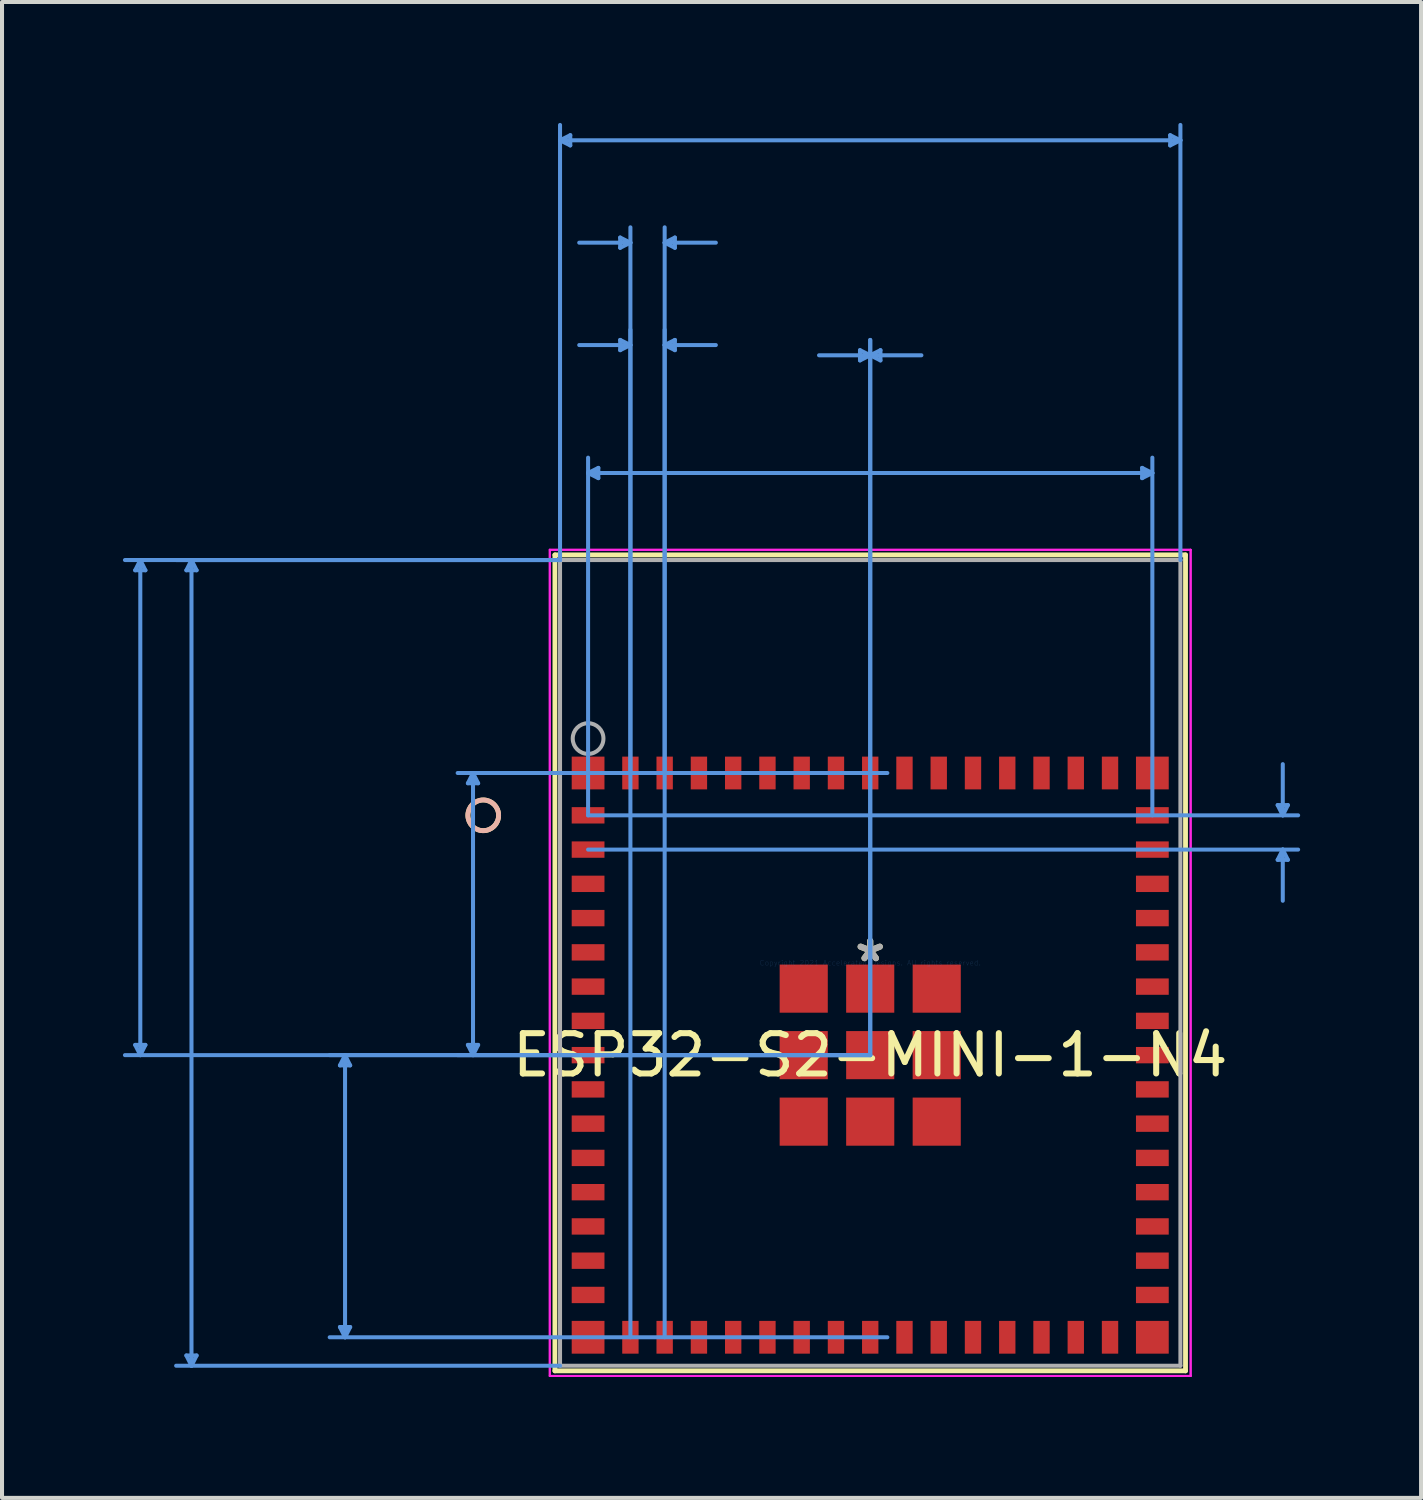
<source format=kicad_pcb>
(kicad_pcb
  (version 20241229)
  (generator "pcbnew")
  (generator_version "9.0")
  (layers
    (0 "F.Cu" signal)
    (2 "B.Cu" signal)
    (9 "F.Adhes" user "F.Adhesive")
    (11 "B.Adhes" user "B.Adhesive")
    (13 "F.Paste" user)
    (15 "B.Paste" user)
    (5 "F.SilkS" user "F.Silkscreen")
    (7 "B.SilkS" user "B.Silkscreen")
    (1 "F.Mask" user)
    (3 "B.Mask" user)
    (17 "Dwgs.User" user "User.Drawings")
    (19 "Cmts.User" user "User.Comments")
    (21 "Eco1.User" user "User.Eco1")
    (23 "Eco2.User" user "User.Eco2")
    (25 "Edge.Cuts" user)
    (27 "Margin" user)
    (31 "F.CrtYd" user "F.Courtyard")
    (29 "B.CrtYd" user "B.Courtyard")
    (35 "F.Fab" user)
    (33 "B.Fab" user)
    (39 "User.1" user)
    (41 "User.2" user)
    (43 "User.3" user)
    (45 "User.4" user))
  (footprint "ESP32-S2-MINI-1-N4"
    (layer "F.Cu")
    (at 18.541 20.84)
    (property "Reference" "ESP32-S2-MINI-1-N4" (at 0 2.289 0) (layer "F.SilkS") (effects (font (size 1 1) (thickness 0.15))))
    (attr through_hole)
    (fp_line (start -7.823 -10.122) (end -7.823 10.122) (stroke (width 0.12) (type solid)) (layer "F.SilkS"))
    (fp_line (start -7.823 10.122) (end 7.823 10.122) (stroke (width 0.12) (type solid)) (layer "F.SilkS"))
    (fp_line (start 7.823 -10.122) (end -7.823 -10.122) (stroke (width 0.12) (type solid)) (layer "F.SilkS"))
    (fp_line (start 7.823 10.122) (end 7.823 -10.122) (stroke (width 0.12) (type solid)) (layer "F.SilkS"))
    (fp_circle (center -9.601 -3.661) (end -9.22 -3.661) (stroke (width 0.12) (type solid)) (fill no) (layer "F.SilkS"))
    (fp_circle (center -9.601 -3.661) (end -9.22 -3.661) (stroke (width 0.12) (type solid)) (fill no) (layer "B.SilkS"))
    (fp_line (start -18.237 -9.741) (end -17.983 -9.741) (stroke (width 0.1) (type solid)) (layer "Cmts.User"))
    (fp_line (start -18.237 2.035) (end -17.983 2.035) (stroke (width 0.1) (type solid)) (layer "Cmts.User"))
    (fp_line (start -18.11 -9.995) (end -18.237 -9.741) (stroke (width 0.1) (type solid)) (layer "Cmts.User"))
    (fp_line (start -18.11 -9.995) (end -18.11 2.289) (stroke (width 0.1) (type solid)) (layer "Cmts.User"))
    (fp_line (start -18.11 -9.995) (end -17.983 -9.741) (stroke (width 0.1) (type solid)) (layer "Cmts.User"))
    (fp_line (start -18.11 2.289) (end -18.237 2.035) (stroke (width 0.1) (type solid)) (layer "Cmts.User"))
    (fp_line (start -18.11 2.289) (end -17.983 2.035) (stroke (width 0.1) (type solid)) (layer "Cmts.User"))
    (fp_line (start -16.967 -9.741) (end -16.713 -9.741) (stroke (width 0.1) (type solid)) (layer "Cmts.User"))
    (fp_line (start -16.967 9.741) (end -16.713 9.741) (stroke (width 0.1) (type solid)) (layer "Cmts.User"))
    (fp_line (start -16.84 -9.995) (end -16.967 -9.741) (stroke (width 0.1) (type solid)) (layer "Cmts.User"))
    (fp_line (start -16.84 -9.995) (end -16.84 9.995) (stroke (width 0.1) (type solid)) (layer "Cmts.User"))
    (fp_line (start -16.84 -9.995) (end -16.713 -9.741) (stroke (width 0.1) (type solid)) (layer "Cmts.User"))
    (fp_line (start -16.84 9.995) (end -16.967 9.741) (stroke (width 0.1) (type solid)) (layer "Cmts.User"))
    (fp_line (start -16.84 9.995) (end -16.713 9.741) (stroke (width 0.1) (type solid)) (layer "Cmts.User"))
    (fp_line (start -13.157 2.543) (end -12.903 2.543) (stroke (width 0.1) (type solid)) (layer "Cmts.User"))
    (fp_line (start -13.157 9.035) (end -12.903 9.035) (stroke (width 0.1) (type solid)) (layer "Cmts.User"))
    (fp_line (start -13.03 2.289) (end -13.157 2.543) (stroke (width 0.1) (type solid)) (layer "Cmts.User"))
    (fp_line (start -13.03 2.289) (end -13.03 9.289) (stroke (width 0.1) (type solid)) (layer "Cmts.User"))
    (fp_line (start -13.03 2.289) (end -12.903 2.543) (stroke (width 0.1) (type solid)) (layer "Cmts.User"))
    (fp_line (start -13.03 9.289) (end -13.157 9.035) (stroke (width 0.1) (type solid)) (layer "Cmts.User"))
    (fp_line (start -13.03 9.289) (end -12.903 9.035) (stroke (width 0.1) (type solid)) (layer "Cmts.User"))
    (fp_line (start -9.982 -4.457) (end -9.728 -4.457) (stroke (width 0.1) (type solid)) (layer "Cmts.User"))
    (fp_line (start -9.982 2.035) (end -9.728 2.035) (stroke (width 0.1) (type solid)) (layer "Cmts.User"))
    (fp_line (start -9.855 -4.711) (end -9.982 -4.457) (stroke (width 0.1) (type solid)) (layer "Cmts.User"))
    (fp_line (start -9.855 -4.711) (end -9.855 2.289) (stroke (width 0.1) (type solid)) (layer "Cmts.User"))
    (fp_line (start -9.855 -4.711) (end -9.728 -4.457) (stroke (width 0.1) (type solid)) (layer "Cmts.User"))
    (fp_line (start -9.855 2.289) (end -9.982 2.035) (stroke (width 0.1) (type solid)) (layer "Cmts.User"))
    (fp_line (start -9.855 2.289) (end -9.728 2.035) (stroke (width 0.1) (type solid)) (layer "Cmts.User"))
    (fp_line (start -7.696 -20.409) (end -7.442 -20.536) (stroke (width 0.1) (type solid)) (layer "Cmts.User"))
    (fp_line (start -7.696 -20.409) (end -7.442 -20.282) (stroke (width 0.1) (type solid)) (layer "Cmts.User"))
    (fp_line (start -7.696 -20.409) (end 7.696 -20.409) (stroke (width 0.1) (type solid)) (layer "Cmts.User"))
    (fp_line (start -7.696 -9.995) (end -18.491 -9.995) (stroke (width 0.1) (type solid)) (layer "Cmts.User"))
    (fp_line (start -7.696 -9.995) (end -17.221 -9.995) (stroke (width 0.1) (type solid)) (layer "Cmts.User"))
    (fp_line (start -7.696 -9.995) (end -7.696 -20.79) (stroke (width 0.1) (type solid)) (layer "Cmts.User"))
    (fp_line (start -7.696 9.995) (end -17.221 9.995) (stroke (width 0.1) (type solid)) (layer "Cmts.User"))
    (fp_line (start -7.442 -20.536) (end -7.442 -20.282) (stroke (width 0.1) (type solid)) (layer "Cmts.User"))
    (fp_line (start -7 -12.154) (end -6.746 -12.281) (stroke (width 0.1) (type solid)) (layer "Cmts.User"))
    (fp_line (start -7 -12.154) (end -6.746 -12.027) (stroke (width 0.1) (type solid)) (layer "Cmts.User"))
    (fp_line (start -7 -12.154) (end 7 -12.154) (stroke (width 0.1) (type solid)) (layer "Cmts.User"))
    (fp_line (start -7 -3.661) (end -7 -12.535) (stroke (width 0.1) (type solid)) (layer "Cmts.User"))
    (fp_line (start -7 -3.661) (end 10.617 -3.661) (stroke (width 0.1) (type solid)) (layer "Cmts.User"))
    (fp_line (start -7 -2.811) (end 10.617 -2.811) (stroke (width 0.1) (type solid)) (layer "Cmts.User"))
    (fp_line (start -6.746 -12.281) (end -6.746 -12.027) (stroke (width 0.1) (type solid)) (layer "Cmts.User"))
    (fp_line (start -6.204 -17.996) (end -6.204 -17.742) (stroke (width 0.1) (type solid)) (layer "Cmts.User"))
    (fp_line (start -6.204 -15.456) (end -6.204 -15.202) (stroke (width 0.1) (type solid)) (layer "Cmts.User"))
    (fp_line (start -5.95 -17.869) (end -7.22 -17.869) (stroke (width 0.1) (type solid)) (layer "Cmts.User"))
    (fp_line (start -5.95 -17.869) (end -6.204 -17.996) (stroke (width 0.1) (type solid)) (layer "Cmts.User"))
    (fp_line (start -5.95 -17.869) (end -6.204 -17.742) (stroke (width 0.1) (type solid)) (layer "Cmts.User"))
    (fp_line (start -5.95 -15.329) (end -7.22 -15.329) (stroke (width 0.1) (type solid)) (layer "Cmts.User"))
    (fp_line (start -5.95 -15.329) (end -6.204 -15.456) (stroke (width 0.1) (type solid)) (layer "Cmts.User"))
    (fp_line (start -5.95 -15.329) (end -6.204 -15.202) (stroke (width 0.1) (type solid)) (layer "Cmts.User"))
    (fp_line (start -5.95 -4.711) (end -5.95 -18.25) (stroke (width 0.1) (type solid)) (layer "Cmts.User"))
    (fp_line (start -5.95 9.289) (end -5.95 -15.71) (stroke (width 0.1) (type solid)) (layer "Cmts.User"))
    (fp_line (start -5.1 -17.869) (end -4.846 -17.996) (stroke (width 0.1) (type solid)) (layer "Cmts.User"))
    (fp_line (start -5.1 -17.869) (end -4.846 -17.742) (stroke (width 0.1) (type solid)) (layer "Cmts.User"))
    (fp_line (start -5.1 -17.869) (end -3.83 -17.869) (stroke (width 0.1) (type solid)) (layer "Cmts.User"))
    (fp_line (start -5.1 -15.329) (end -4.846 -15.456) (stroke (width 0.1) (type solid)) (layer "Cmts.User"))
    (fp_line (start -5.1 -15.329) (end -4.846 -15.202) (stroke (width 0.1) (type solid)) (layer "Cmts.User"))
    (fp_line (start -5.1 -15.329) (end -3.83 -15.329) (stroke (width 0.1) (type solid)) (layer "Cmts.User"))
    (fp_line (start -5.1 -4.711) (end -5.1 -18.25) (stroke (width 0.1) (type solid)) (layer "Cmts.User"))
    (fp_line (start -5.1 9.289) (end -5.1 -15.71) (stroke (width 0.1) (type solid)) (layer "Cmts.User"))
    (fp_line (start -4.846 -17.996) (end -4.846 -17.742) (stroke (width 0.1) (type solid)) (layer "Cmts.User"))
    (fp_line (start -4.846 -15.456) (end -4.846 -15.202) (stroke (width 0.1) (type solid)) (layer "Cmts.User"))
    (fp_line (start -0.254 -15.202) (end -0.254 -14.948) (stroke (width 0.1) (type solid)) (layer "Cmts.User"))
    (fp_line (start 0 -15.075) (end -1.27 -15.075) (stroke (width 0.1) (type solid)) (layer "Cmts.User"))
    (fp_line (start 0 -15.075) (end -0.254 -15.202) (stroke (width 0.1) (type solid)) (layer "Cmts.User"))
    (fp_line (start 0 -15.075) (end -0.254 -14.948) (stroke (width 0.1) (type solid)) (layer "Cmts.User"))
    (fp_line (start 0 -15.075) (end 0.254 -15.202) (stroke (width 0.1) (type solid)) (layer "Cmts.User"))
    (fp_line (start 0 -15.075) (end 0.254 -14.948) (stroke (width 0.1) (type solid)) (layer "Cmts.User"))
    (fp_line (start 0 -15.075) (end 1.27 -15.075) (stroke (width 0.1) (type solid)) (layer "Cmts.User"))
    (fp_line (start 0 2.289) (end -18.491 2.289) (stroke (width 0.1) (type solid)) (layer "Cmts.User"))
    (fp_line (start 0 2.289) (end -13.411 2.289) (stroke (width 0.1) (type solid)) (layer "Cmts.User"))
    (fp_line (start 0 2.289) (end -10.236 2.289) (stroke (width 0.1) (type solid)) (layer "Cmts.User"))
    (fp_line (start 0 2.289) (end 0 -15.456) (stroke (width 0.1) (type solid)) (layer "Cmts.User"))
    (fp_line (start 0 2.289) (end 0 -15.456) (stroke (width 0.1) (type solid)) (layer "Cmts.User"))
    (fp_line (start 0.254 -15.202) (end 0.254 -14.948) (stroke (width 0.1) (type solid)) (layer "Cmts.User"))
    (fp_line (start 0.425 -4.711) (end -10.236 -4.711) (stroke (width 0.1) (type solid)) (layer "Cmts.User"))
    (fp_line (start 0.425 9.289) (end -13.411 9.289) (stroke (width 0.1) (type solid)) (layer "Cmts.User"))
    (fp_line (start 6.746 -12.281) (end 6.746 -12.027) (stroke (width 0.1) (type solid)) (layer "Cmts.User"))
    (fp_line (start 7 -12.154) (end 6.746 -12.281) (stroke (width 0.1) (type solid)) (layer "Cmts.User"))
    (fp_line (start 7 -12.154) (end 6.746 -12.027) (stroke (width 0.1) (type solid)) (layer "Cmts.User"))
    (fp_line (start 7 -3.661) (end 7 -12.535) (stroke (width 0.1) (type solid)) (layer "Cmts.User"))
    (fp_line (start 7.442 -20.536) (end 7.442 -20.282) (stroke (width 0.1) (type solid)) (layer "Cmts.User"))
    (fp_line (start 7.696 -20.409) (end 7.442 -20.536) (stroke (width 0.1) (type solid)) (layer "Cmts.User"))
    (fp_line (start 7.696 -20.409) (end 7.442 -20.282) (stroke (width 0.1) (type solid)) (layer "Cmts.User"))
    (fp_line (start 7.696 -9.995) (end 7.696 -20.79) (stroke (width 0.1) (type solid)) (layer "Cmts.User"))
    (fp_line (start 10.109 -3.915) (end 10.363 -3.915) (stroke (width 0.1) (type solid)) (layer "Cmts.User"))
    (fp_line (start 10.109 -2.557) (end 10.363 -2.557) (stroke (width 0.1) (type solid)) (layer "Cmts.User"))
    (fp_line (start 10.236 -3.661) (end 10.109 -3.915) (stroke (width 0.1) (type solid)) (layer "Cmts.User"))
    (fp_line (start 10.236 -3.661) (end 10.236 -4.931) (stroke (width 0.1) (type solid)) (layer "Cmts.User"))
    (fp_line (start 10.236 -3.661) (end 10.363 -3.915) (stroke (width 0.1) (type solid)) (layer "Cmts.User"))
    (fp_line (start 10.236 -2.811) (end 10.109 -2.557) (stroke (width 0.1) (type solid)) (layer "Cmts.User"))
    (fp_line (start 10.236 -2.811) (end 10.236 -1.541) (stroke (width 0.1) (type solid)) (layer "Cmts.User"))
    (fp_line (start 10.236 -2.811) (end 10.363 -2.557) (stroke (width 0.1) (type solid)) (layer "Cmts.User"))
    (fp_line (start -7.95 -10.249) (end -7.95 10.249) (stroke (width 0.05) (type solid)) (layer "F.CrtYd"))
    (fp_line (start -7.95 -10.249) (end -7.95 10.249) (stroke (width 0.05) (type solid)) (layer "F.CrtYd"))
    (fp_line (start -7.95 10.249) (end 7.95 10.249) (stroke (width 0.05) (type solid)) (layer "F.CrtYd"))
    (fp_line (start -7.95 10.249) (end 7.95 10.249) (stroke (width 0.05) (type solid)) (layer "F.CrtYd"))
    (fp_line (start 7.95 -10.249) (end -7.95 -10.249) (stroke (width 0.05) (type solid)) (layer "F.CrtYd"))
    (fp_line (start 7.95 -10.249) (end -7.95 -10.249) (stroke (width 0.05) (type solid)) (layer "F.CrtYd"))
    (fp_line (start 7.95 10.249) (end 7.95 -10.249) (stroke (width 0.05) (type solid)) (layer "F.CrtYd"))
    (fp_line (start 7.95 10.249) (end 7.95 -10.249) (stroke (width 0.05) (type solid)) (layer "F.CrtYd"))
    (fp_line (start -7.696 -9.995) (end -7.696 9.995) (stroke (width 0.1) (type solid)) (layer "F.Fab"))
    (fp_line (start -7.696 9.995) (end 7.696 9.995) (stroke (width 0.1) (type solid)) (layer "F.Fab"))
    (fp_line (start 7.696 -9.995) (end -7.696 -9.995) (stroke (width 0.1) (type solid)) (layer "F.Fab"))
    (fp_line (start 7.696 9.995) (end 7.696 -9.995) (stroke (width 0.1) (type solid)) (layer "F.Fab"))
    (fp_circle (center -7 -5.566) (end -6.619 -5.566) (stroke (width 0.1) (type solid)) (fill no) (layer "F.Fab"))
    (fp_text user "*" (at 0 0 0) (layer "F.SilkS") (effects (font (size 1 1) (thickness 0.15))))
    (fp_text user "Copyright 2021 Accelerated Designs. All rights reserved." (at 0 0 0) (layer "Cmts.User") (effects (font (size 0.127 0.127) (thickness 0.002))))
    (fp_text user "*" (at 0 0 0) (layer "F.Fab") (effects (font (size 1 1) (thickness 0.15))))
    (pad "1" smd rect (at -7 -3.661) (size 0.813 0.406) (layers "F.Cu" "F.Mask" "F.Paste"))
    (pad "2" smd rect (at -7 -2.811) (size 0.813 0.406) (layers "F.Cu" "F.Mask" "F.Paste"))
    (pad "3" smd rect (at -7 -1.961) (size 0.813 0.406) (layers "F.Cu" "F.Mask" "F.Paste"))
    (pad "4" smd rect (at -7 -1.111) (size 0.813 0.406) (layers "F.Cu" "F.Mask" "F.Paste"))
    (pad "5" smd rect (at -7 -0.261) (size 0.813 0.406) (layers "F.Cu" "F.Mask" "F.Paste"))
    (pad "6" smd rect (at -7 0.589) (size 0.813 0.406) (layers "F.Cu" "F.Mask" "F.Paste"))
    (pad "7" smd rect (at -7 1.439) (size 0.813 0.406) (layers "F.Cu" "F.Mask" "F.Paste"))
    (pad "8" smd rect (at -7 2.289) (size 0.813 0.406) (layers "F.Cu" "F.Mask" "F.Paste"))
    (pad "9" smd rect (at -7 3.139) (size 0.813 0.406) (layers "F.Cu" "F.Mask" "F.Paste"))
    (pad "10" smd rect (at -7 3.989) (size 0.813 0.406) (layers "F.Cu" "F.Mask" "F.Paste"))
    (pad "11" smd rect (at -7 4.839) (size 0.813 0.406) (layers "F.Cu" "F.Mask" "F.Paste"))
    (pad "12" smd rect (at -7 5.689) (size 0.813 0.406) (layers "F.Cu" "F.Mask" "F.Paste"))
    (pad "13" smd rect (at -7 6.539) (size 0.813 0.406) (layers "F.Cu" "F.Mask" "F.Paste"))
    (pad "14" smd rect (at -7 7.389) (size 0.813 0.406) (layers "F.Cu" "F.Mask" "F.Paste"))
    (pad "15" smd rect (at -7 8.239) (size 0.813 0.406) (layers "F.Cu" "F.Mask" "F.Paste"))
    (pad "16" smd rect (at -5.95 9.289) (size 0.406 0.813) (layers "F.Cu" "F.Mask" "F.Paste"))
    (pad "17" smd rect (at -5.1 9.289) (size 0.406 0.813) (layers "F.Cu" "F.Mask" "F.Paste"))
    (pad "18" smd rect (at -4.25 9.289) (size 0.406 0.813) (layers "F.Cu" "F.Mask" "F.Paste"))
    (pad "19" smd rect (at -3.4 9.289) (size 0.406 0.813) (layers "F.Cu" "F.Mask" "F.Paste"))
    (pad "20" smd rect (at -2.55 9.289) (size 0.406 0.813) (layers "F.Cu" "F.Mask" "F.Paste"))
    (pad "21" smd rect (at -1.7 9.289) (size 0.406 0.813) (layers "F.Cu" "F.Mask" "F.Paste"))
    (pad "22" smd rect (at -0.85 9.289) (size 0.406 0.813) (layers "F.Cu" "F.Mask" "F.Paste"))
    (pad "23" smd rect (at 0 9.289) (size 0.406 0.813) (layers "F.Cu" "F.Mask" "F.Paste"))
    (pad "24" smd rect (at 0.85 9.289) (size 0.406 0.813) (layers "F.Cu" "F.Mask" "F.Paste"))
    (pad "25" smd rect (at 1.7 9.289) (size 0.406 0.813) (layers "F.Cu" "F.Mask" "F.Paste"))
    (pad "26" smd rect (at 2.55 9.289) (size 0.406 0.813) (layers "F.Cu" "F.Mask" "F.Paste"))
    (pad "27" smd rect (at 3.4 9.289) (size 0.406 0.813) (layers "F.Cu" "F.Mask" "F.Paste"))
    (pad "28" smd rect (at 4.25 9.289) (size 0.406 0.813) (layers "F.Cu" "F.Mask" "F.Paste"))
    (pad "29" smd rect (at 5.1 9.289) (size 0.406 0.813) (layers "F.Cu" "F.Mask" "F.Paste"))
    (pad "30" smd rect (at 5.95 9.289) (size 0.406 0.813) (layers "F.Cu" "F.Mask" "F.Paste"))
    (pad "31" smd rect (at 7 8.239) (size 0.813 0.406) (layers "F.Cu" "F.Mask" "F.Paste"))
    (pad "32" smd rect (at 7 7.389) (size 0.813 0.406) (layers "F.Cu" "F.Mask" "F.Paste"))
    (pad "33" smd rect (at 7 6.539) (size 0.813 0.406) (layers "F.Cu" "F.Mask" "F.Paste"))
    (pad "34" smd rect (at 7 5.689) (size 0.813 0.406) (layers "F.Cu" "F.Mask" "F.Paste"))
    (pad "35" smd rect (at 7 4.839) (size 0.813 0.406) (layers "F.Cu" "F.Mask" "F.Paste"))
    (pad "36" smd rect (at 7 3.989) (size 0.813 0.406) (layers "F.Cu" "F.Mask" "F.Paste"))
    (pad "37" smd rect (at 7 3.139) (size 0.813 0.406) (layers "F.Cu" "F.Mask" "F.Paste"))
    (pad "38" smd rect (at 7 2.289) (size 0.813 0.406) (layers "F.Cu" "F.Mask" "F.Paste"))
    (pad "39" smd rect (at 7 1.439) (size 0.813 0.406) (layers "F.Cu" "F.Mask" "F.Paste"))
    (pad "40" smd rect (at 7 0.589) (size 0.813 0.406) (layers "F.Cu" "F.Mask" "F.Paste"))
    (pad "41" smd rect (at 7 -0.261) (size 0.813 0.406) (layers "F.Cu" "F.Mask" "F.Paste"))
    (pad "42" smd rect (at 7 -1.111) (size 0.813 0.406) (layers "F.Cu" "F.Mask" "F.Paste"))
    (pad "43" smd rect (at 7 -1.961) (size 0.813 0.406) (layers "F.Cu" "F.Mask" "F.Paste"))
    (pad "44" smd rect (at 7 -2.811) (size 0.813 0.406) (layers "F.Cu" "F.Mask" "F.Paste"))
    (pad "45" smd rect (at 7 -3.661) (size 0.813 0.406) (layers "F.Cu" "F.Mask" "F.Paste"))
    (pad "46" smd rect (at 5.95 -4.711) (size 0.406 0.813) (layers "F.Cu" "F.Mask" "F.Paste"))
    (pad "47" smd rect (at 5.1 -4.711) (size 0.406 0.813) (layers "F.Cu" "F.Mask" "F.Paste"))
    (pad "48" smd rect (at 4.25 -4.711) (size 0.406 0.813) (layers "F.Cu" "F.Mask" "F.Paste"))
    (pad "49" smd rect (at 3.4 -4.711) (size 0.406 0.813) (layers "F.Cu" "F.Mask" "F.Paste"))
    (pad "50" smd rect (at 2.55 -4.711) (size 0.406 0.813) (layers "F.Cu" "F.Mask" "F.Paste"))
    (pad "51" smd rect (at 1.7 -4.711) (size 0.406 0.813) (layers "F.Cu" "F.Mask" "F.Paste"))
    (pad "52" smd rect (at 0.85 -4.711) (size 0.406 0.813) (layers "F.Cu" "F.Mask" "F.Paste"))
    (pad "53" smd rect (at 0 -4.711) (size 0.406 0.813) (layers "F.Cu" "F.Mask" "F.Paste"))
    (pad "54" smd rect (at -0.85 -4.711) (size 0.406 0.813) (layers "F.Cu" "F.Mask" "F.Paste"))
    (pad "55" smd rect (at -1.7 -4.711) (size 0.406 0.813) (layers "F.Cu" "F.Mask" "F.Paste"))
    (pad "56" smd rect (at -2.55 -4.711) (size 0.406 0.813) (layers "F.Cu" "F.Mask" "F.Paste"))
    (pad "57" smd rect (at -3.4 -4.711) (size 0.406 0.813) (layers "F.Cu" "F.Mask" "F.Paste"))
    (pad "58" smd rect (at -4.25 -4.711) (size 0.406 0.813) (layers "F.Cu" "F.Mask" "F.Paste"))
    (pad "59" smd rect (at -5.1 -4.711) (size 0.406 0.813) (layers "F.Cu" "F.Mask" "F.Paste"))
    (pad "60" smd rect (at -5.95 -4.711) (size 0.406 0.813) (layers "F.Cu" "F.Mask" "F.Paste"))
    (pad "61" smd rect (at 0 2.289) (size 1.194 1.194) (layers "F.Cu" "F.Mask" "F.Paste"))
    (pad "62" smd rect (at -7 -4.711) (size 0.813 0.813) (layers "F.Cu" "F.Mask" "F.Paste"))
    (pad "63" smd rect (at -7 9.289) (size 0.813 0.813) (layers "F.Cu" "F.Mask" "F.Paste"))
    (pad "64" smd rect (at 7 9.289) (size 0.813 0.813) (layers "F.Cu" "F.Mask" "F.Paste"))
    (pad "65" smd rect (at 7 -4.711) (size 0.813 0.813) (layers "F.Cu" "F.Mask" "F.Paste"))
    (pad "66" smd rect (at -1.65 0.639) (size 1.194 1.194) (layers "F.Cu" "F.Mask" "F.Paste"))
    (pad "67" smd rect (at 0 0.639) (size 1.194 1.194) (layers "F.Cu" "F.Mask" "F.Paste"))
    (pad "68" smd rect (at 1.65 0.639) (size 1.194 1.194) (layers "F.Cu" "F.Mask" "F.Paste"))
    (pad "69" smd rect (at -1.65 2.289) (size 1.194 1.194) (layers "F.Cu" "F.Mask" "F.Paste"))
    (pad "70" smd rect (at 1.65 2.289) (size 1.194 1.194) (layers "F.Cu" "F.Mask" "F.Paste"))
    (pad "71" smd rect (at -1.65 3.939) (size 1.194 1.194) (layers "F.Cu" "F.Mask" "F.Paste"))
    (pad "72" smd rect (at 0 3.939) (size 1.194 1.194) (layers "F.Cu" "F.Mask" "F.Paste"))
    (pad "73" smd rect (at 1.65 3.939) (size 1.194 1.194) (layers "F.Cu" "F.Mask" "F.Paste")))
  (gr_rect
    (start -3 -3)
    (end 32.208 34.114)
    (stroke (width 0.1) (type default))
    (fill no)
    (layer "Edge.Cuts")))
</source>
